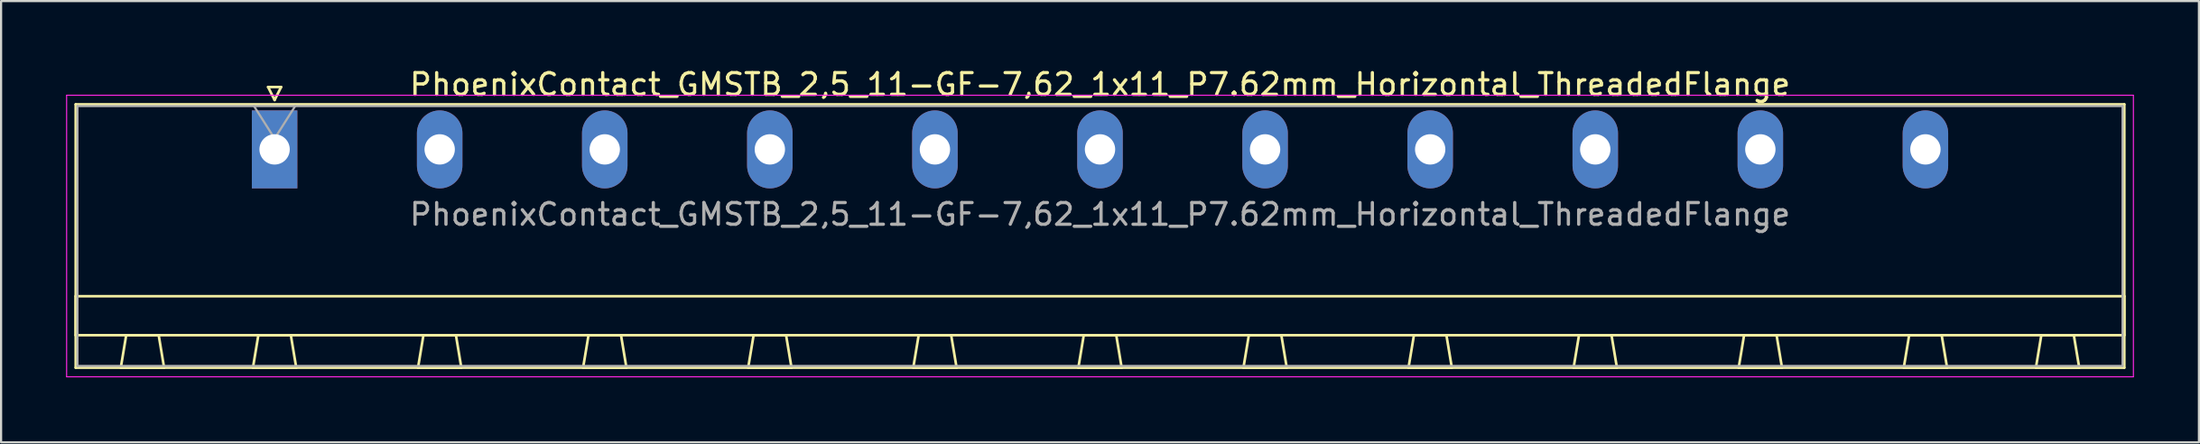
<source format=kicad_pcb>
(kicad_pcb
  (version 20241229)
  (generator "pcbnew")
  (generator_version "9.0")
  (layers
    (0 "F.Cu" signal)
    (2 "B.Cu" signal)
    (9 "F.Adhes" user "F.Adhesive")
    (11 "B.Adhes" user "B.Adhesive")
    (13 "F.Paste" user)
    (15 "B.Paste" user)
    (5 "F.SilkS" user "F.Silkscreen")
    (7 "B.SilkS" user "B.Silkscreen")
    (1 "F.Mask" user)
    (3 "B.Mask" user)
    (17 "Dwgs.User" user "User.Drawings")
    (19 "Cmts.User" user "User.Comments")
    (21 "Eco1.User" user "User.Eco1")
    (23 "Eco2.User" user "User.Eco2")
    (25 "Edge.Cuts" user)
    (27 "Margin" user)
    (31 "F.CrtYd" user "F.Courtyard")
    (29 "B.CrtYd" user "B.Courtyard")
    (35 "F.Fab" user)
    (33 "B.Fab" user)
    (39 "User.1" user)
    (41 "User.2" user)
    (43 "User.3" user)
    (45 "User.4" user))
  (footprint "PhoenixContact_GMSTB_2,5_11-GF-7,62_1x11_P7.62mm_Horizontal_ThreadedFlange"
    (layer "F.Cu")
    (at 9.625 3.848)
    (property "Reference" "PhoenixContact_GMSTB_2,5_11-GF-7,62_1x11_P7.62mm_Horizontal_ThreadedFlange" (at 38.1 -3 0) (layer "F.SilkS") (effects (font (size 1 1) (thickness 0.15))))
    (attr through_hole)
    (fp_line (start -9.18 -2.08) (end -9.18 10.08) (stroke (width 0.12) (type solid)) (layer "F.SilkS"))
    (fp_line (start -9.18 6.78) (end 85.38 6.78) (stroke (width 0.12) (type solid)) (layer "F.SilkS"))
    (fp_line (start -9.18 8.58) (end -9.18 6.78) (stroke (width 0.12) (type solid)) (layer "F.SilkS"))
    (fp_line (start -9.18 10.08) (end 85.38 10.08) (stroke (width 0.12) (type solid)) (layer "F.SilkS"))
    (fp_line (start -7.1 10.08) (end -5.1 10.08) (stroke (width 0.12) (type solid)) (layer "F.SilkS"))
    (fp_line (start -6.85 8.58) (end -7.1 10.08) (stroke (width 0.12) (type solid)) (layer "F.SilkS"))
    (fp_line (start -5.35 8.58) (end -6.85 8.58) (stroke (width 0.12) (type solid)) (layer "F.SilkS"))
    (fp_line (start -5.1 10.08) (end -5.35 8.58) (stroke (width 0.12) (type solid)) (layer "F.SilkS"))
    (fp_line (start -1 10.08) (end 1 10.08) (stroke (width 0.12) (type solid)) (layer "F.SilkS"))
    (fp_line (start -0.75 8.58) (end -1 10.08) (stroke (width 0.12) (type solid)) (layer "F.SilkS"))
    (fp_line (start -0.3 -2.88) (end 0.3 -2.88) (stroke (width 0.12) (type solid)) (layer "F.SilkS"))
    (fp_line (start 0 -2.28) (end -0.3 -2.88) (stroke (width 0.12) (type solid)) (layer "F.SilkS"))
    (fp_line (start 0.3 -2.88) (end 0 -2.28) (stroke (width 0.12) (type solid)) (layer "F.SilkS"))
    (fp_line (start 0.75 8.58) (end -0.75 8.58) (stroke (width 0.12) (type solid)) (layer "F.SilkS"))
    (fp_line (start 1 10.08) (end 0.75 8.58) (stroke (width 0.12) (type solid)) (layer "F.SilkS"))
    (fp_line (start 6.62 10.08) (end 8.62 10.08) (stroke (width 0.12) (type solid)) (layer "F.SilkS"))
    (fp_line (start 6.87 8.58) (end 6.62 10.08) (stroke (width 0.12) (type solid)) (layer "F.SilkS"))
    (fp_line (start 8.37 8.58) (end 6.87 8.58) (stroke (width 0.12) (type solid)) (layer "F.SilkS"))
    (fp_line (start 8.62 10.08) (end 8.37 8.58) (stroke (width 0.12) (type solid)) (layer "F.SilkS"))
    (fp_line (start 14.24 10.08) (end 16.24 10.08) (stroke (width 0.12) (type solid)) (layer "F.SilkS"))
    (fp_line (start 14.49 8.58) (end 14.24 10.08) (stroke (width 0.12) (type solid)) (layer "F.SilkS"))
    (fp_line (start 15.99 8.58) (end 14.49 8.58) (stroke (width 0.12) (type solid)) (layer "F.SilkS"))
    (fp_line (start 16.24 10.08) (end 15.99 8.58) (stroke (width 0.12) (type solid)) (layer "F.SilkS"))
    (fp_line (start 21.86 10.08) (end 23.86 10.08) (stroke (width 0.12) (type solid)) (layer "F.SilkS"))
    (fp_line (start 22.11 8.58) (end 21.86 10.08) (stroke (width 0.12) (type solid)) (layer "F.SilkS"))
    (fp_line (start 23.61 8.58) (end 22.11 8.58) (stroke (width 0.12) (type solid)) (layer "F.SilkS"))
    (fp_line (start 23.86 10.08) (end 23.61 8.58) (stroke (width 0.12) (type solid)) (layer "F.SilkS"))
    (fp_line (start 29.48 10.08) (end 31.48 10.08) (stroke (width 0.12) (type solid)) (layer "F.SilkS"))
    (fp_line (start 29.73 8.58) (end 29.48 10.08) (stroke (width 0.12) (type solid)) (layer "F.SilkS"))
    (fp_line (start 31.23 8.58) (end 29.73 8.58) (stroke (width 0.12) (type solid)) (layer "F.SilkS"))
    (fp_line (start 31.48 10.08) (end 31.23 8.58) (stroke (width 0.12) (type solid)) (layer "F.SilkS"))
    (fp_line (start 37.1 10.08) (end 39.1 10.08) (stroke (width 0.12) (type solid)) (layer "F.SilkS"))
    (fp_line (start 37.35 8.58) (end 37.1 10.08) (stroke (width 0.12) (type solid)) (layer "F.SilkS"))
    (fp_line (start 38.85 8.58) (end 37.35 8.58) (stroke (width 0.12) (type solid)) (layer "F.SilkS"))
    (fp_line (start 39.1 10.08) (end 38.85 8.58) (stroke (width 0.12) (type solid)) (layer "F.SilkS"))
    (fp_line (start 44.72 10.08) (end 46.72 10.08) (stroke (width 0.12) (type solid)) (layer "F.SilkS"))
    (fp_line (start 44.97 8.58) (end 44.72 10.08) (stroke (width 0.12) (type solid)) (layer "F.SilkS"))
    (fp_line (start 46.47 8.58) (end 44.97 8.58) (stroke (width 0.12) (type solid)) (layer "F.SilkS"))
    (fp_line (start 46.72 10.08) (end 46.47 8.58) (stroke (width 0.12) (type solid)) (layer "F.SilkS"))
    (fp_line (start 52.34 10.08) (end 54.34 10.08) (stroke (width 0.12) (type solid)) (layer "F.SilkS"))
    (fp_line (start 52.59 8.58) (end 52.34 10.08) (stroke (width 0.12) (type solid)) (layer "F.SilkS"))
    (fp_line (start 54.09 8.58) (end 52.59 8.58) (stroke (width 0.12) (type solid)) (layer "F.SilkS"))
    (fp_line (start 54.34 10.08) (end 54.09 8.58) (stroke (width 0.12) (type solid)) (layer "F.SilkS"))
    (fp_line (start 59.96 10.08) (end 61.96 10.08) (stroke (width 0.12) (type solid)) (layer "F.SilkS"))
    (fp_line (start 60.21 8.58) (end 59.96 10.08) (stroke (width 0.12) (type solid)) (layer "F.SilkS"))
    (fp_line (start 61.71 8.58) (end 60.21 8.58) (stroke (width 0.12) (type solid)) (layer "F.SilkS"))
    (fp_line (start 61.96 10.08) (end 61.71 8.58) (stroke (width 0.12) (type solid)) (layer "F.SilkS"))
    (fp_line (start 67.58 10.08) (end 69.58 10.08) (stroke (width 0.12) (type solid)) (layer "F.SilkS"))
    (fp_line (start 67.83 8.58) (end 67.58 10.08) (stroke (width 0.12) (type solid)) (layer "F.SilkS"))
    (fp_line (start 69.33 8.58) (end 67.83 8.58) (stroke (width 0.12) (type solid)) (layer "F.SilkS"))
    (fp_line (start 69.58 10.08) (end 69.33 8.58) (stroke (width 0.12) (type solid)) (layer "F.SilkS"))
    (fp_line (start 75.2 10.08) (end 77.2 10.08) (stroke (width 0.12) (type solid)) (layer "F.SilkS"))
    (fp_line (start 75.45 8.58) (end 75.2 10.08) (stroke (width 0.12) (type solid)) (layer "F.SilkS"))
    (fp_line (start 76.95 8.58) (end 75.45 8.58) (stroke (width 0.12) (type solid)) (layer "F.SilkS"))
    (fp_line (start 77.2 10.08) (end 76.95 8.58) (stroke (width 0.12) (type solid)) (layer "F.SilkS"))
    (fp_line (start 81.3 10.08) (end 83.3 10.08) (stroke (width 0.12) (type solid)) (layer "F.SilkS"))
    (fp_line (start 81.55 8.58) (end 81.3 10.08) (stroke (width 0.12) (type solid)) (layer "F.SilkS"))
    (fp_line (start 83.05 8.58) (end 81.55 8.58) (stroke (width 0.12) (type solid)) (layer "F.SilkS"))
    (fp_line (start 83.3 10.08) (end 83.05 8.58) (stroke (width 0.12) (type solid)) (layer "F.SilkS"))
    (fp_line (start 85.38 -2.08) (end -9.18 -2.08) (stroke (width 0.12) (type solid)) (layer "F.SilkS"))
    (fp_line (start 85.38 6.78) (end 85.38 8.58) (stroke (width 0.12) (type solid)) (layer "F.SilkS"))
    (fp_line (start 85.38 8.58) (end -9.18 8.58) (stroke (width 0.12) (type solid)) (layer "F.SilkS"))
    (fp_line (start 85.38 10.08) (end 85.38 -2.08) (stroke (width 0.12) (type solid)) (layer "F.SilkS"))
    (fp_line (start -9.6 -2.5) (end -9.6 10.5) (stroke (width 0.05) (type solid)) (layer "F.CrtYd"))
    (fp_line (start -9.6 10.5) (end 85.8 10.5) (stroke (width 0.05) (type solid)) (layer "F.CrtYd"))
    (fp_line (start 85.8 -2.5) (end -9.6 -2.5) (stroke (width 0.05) (type solid)) (layer "F.CrtYd"))
    (fp_line (start 85.8 10.5) (end 85.8 -2.5) (stroke (width 0.05) (type solid)) (layer "F.CrtYd"))
    (fp_line (start -9.1 -2) (end -9.1 10) (stroke (width 0.1) (type solid)) (layer "F.Fab"))
    (fp_line (start -9.1 10) (end 85.3 10) (stroke (width 0.1) (type solid)) (layer "F.Fab"))
    (fp_line (start 0 -0.5) (end -0.95 -2) (stroke (width 0.1) (type solid)) (layer "F.Fab"))
    (fp_line (start 0.95 -2) (end 0 -0.5) (stroke (width 0.1) (type solid)) (layer "F.Fab"))
    (fp_line (start 85.3 -2) (end -9.1 -2) (stroke (width 0.1) (type solid)) (layer "F.Fab"))
    (fp_line (start 85.3 10) (end 85.3 -2) (stroke (width 0.1) (type solid)) (layer "F.Fab"))
    (fp_text user "${REFERENCE}" (at 38.1 3 0) (layer "F.Fab") (effects (font (size 1 1) (thickness 0.15))))
    (pad "1" thru_hole rect (at 0 0) (size 2.1 3.6) (drill 1.4) (layers "*.Cu" "*.Mask"))
    (pad "2" thru_hole oval (at 7.62 0) (size 2.1 3.6) (drill 1.4) (layers "*.Cu" "*.Mask"))
    (pad "3" thru_hole oval (at 15.24 0) (size 2.1 3.6) (drill 1.4) (layers "*.Cu" "*.Mask"))
    (pad "4" thru_hole oval (at 22.86 0) (size 2.1 3.6) (drill 1.4) (layers "*.Cu" "*.Mask"))
    (pad "5" thru_hole oval (at 30.48 0) (size 2.1 3.6) (drill 1.4) (layers "*.Cu" "*.Mask"))
    (pad "6" thru_hole oval (at 38.1 0) (size 2.1 3.6) (drill 1.4) (layers "*.Cu" "*.Mask"))
    (pad "7" thru_hole oval (at 45.72 0) (size 2.1 3.6) (drill 1.4) (layers "*.Cu" "*.Mask"))
    (pad "8" thru_hole oval (at 53.34 0) (size 2.1 3.6) (drill 1.4) (layers "*.Cu" "*.Mask"))
    (pad "9" thru_hole oval (at 60.96 0) (size 2.1 3.6) (drill 1.4) (layers "*.Cu" "*.Mask"))
    (pad "10" thru_hole oval (at 68.58 0) (size 2.1 3.6) (drill 1.4) (layers "*.Cu" "*.Mask"))
    (pad "11" thru_hole oval (at 76.2 0) (size 2.1 3.6) (drill 1.4) (layers "*.Cu" "*.Mask")))
  (gr_rect
    (start -3 -3)
    (end 98.45 17.373)
    (stroke (width 0.1) (type default))
    (fill no)
    (layer "Edge.Cuts")))
</source>
